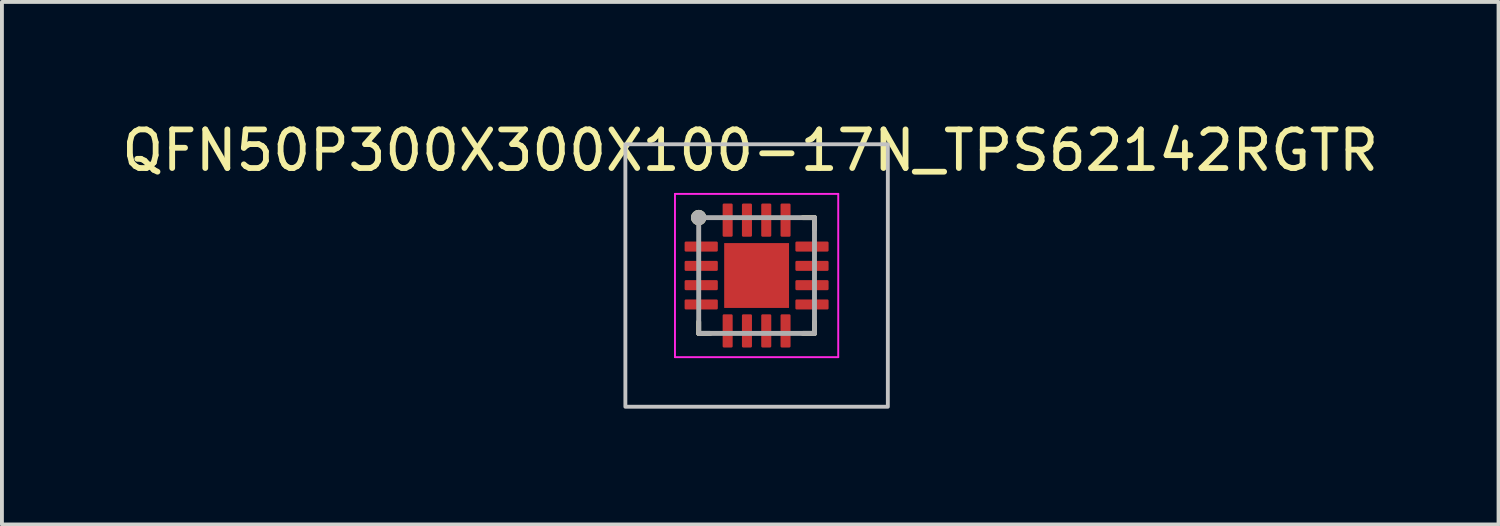
<source format=kicad_pcb>
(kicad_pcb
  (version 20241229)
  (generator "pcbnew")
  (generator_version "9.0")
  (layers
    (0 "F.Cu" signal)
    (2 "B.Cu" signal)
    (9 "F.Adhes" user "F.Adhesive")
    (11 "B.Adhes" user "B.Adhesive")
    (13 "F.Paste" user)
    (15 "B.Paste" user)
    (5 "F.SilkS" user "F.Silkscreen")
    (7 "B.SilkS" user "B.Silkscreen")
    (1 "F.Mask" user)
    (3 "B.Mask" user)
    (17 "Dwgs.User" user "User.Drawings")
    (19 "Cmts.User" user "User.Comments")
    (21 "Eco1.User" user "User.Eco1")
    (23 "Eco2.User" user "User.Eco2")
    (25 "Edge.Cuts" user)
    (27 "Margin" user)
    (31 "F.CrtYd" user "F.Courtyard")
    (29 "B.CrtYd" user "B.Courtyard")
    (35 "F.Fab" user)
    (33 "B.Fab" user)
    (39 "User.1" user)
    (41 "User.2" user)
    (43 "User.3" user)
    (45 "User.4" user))
  (footprint "QFN50P300X300X100-17N_TPS62142RGTR"
    (layer "F.Cu")
    (at 16.552 4.088)
    (property "Reference" "QFN50P300X300X100-17N_TPS62142RGTR" (at -0.165 -3.24 0) (layer "F.SilkS") (effects (font (size 1 1) (thickness 0.15))))
    (attr smd)
    (fp_line (start -1.5 1.5) (end -1.5 1.2) (stroke (width 0.127) (type solid)) (layer "F.SilkS"))
    (fp_line (start -1.5 1.5) (end -1.2 1.5) (stroke (width 0.127) (type solid)) (layer "F.SilkS"))
    (fp_line (start 1.5 -1.5) (end 1.2 -1.5) (stroke (width 0.127) (type solid)) (layer "F.SilkS"))
    (fp_line (start 1.5 -1.5) (end 1.5 -1.2) (stroke (width 0.127) (type solid)) (layer "F.SilkS"))
    (fp_line (start 1.5 1.5) (end 1.2 1.5) (stroke (width 0.127) (type solid)) (layer "F.SilkS"))
    (fp_line (start 1.5 1.5) (end 1.5 1.2) (stroke (width 0.127) (type solid)) (layer "F.SilkS"))
    (fp_circle (center -1.5 -1.5) (end -1.4 -1.5) (stroke (width 0.2) (type solid)) (fill no) (layer "F.SilkS"))
    (fp_poly (pts (xy -0.53 -0.53) (xy 0.53 -0.53) (xy 0.53 0.53) (xy -0.53 0.53)) (stroke (width 0.01) (type solid)) (fill yes) (layer "F.Paste"))
    (fp_rect (start -3.4 -3.4) (end 3.4 3.4) (stroke (width 0.1) (type default)) (fill no) (layer "Dwgs.User"))
    (fp_line (start -2.115 -2.115) (end 2.115 -2.115) (stroke (width 0.05) (type solid)) (layer "F.CrtYd"))
    (fp_line (start -2.115 2.115) (end -2.115 -2.115) (stroke (width 0.05) (type solid)) (layer "F.CrtYd"))
    (fp_line (start -2.115 2.115) (end 2.115 2.115) (stroke (width 0.05) (type solid)) (layer "F.CrtYd"))
    (fp_line (start 2.115 2.115) (end 2.115 -2.115) (stroke (width 0.05) (type solid)) (layer "F.CrtYd"))
    (fp_line (start -1.5 1.5) (end -1.5 -1.5) (stroke (width 0.127) (type solid)) (layer "F.Fab"))
    (fp_line (start 1.5 -1.5) (end -1.5 -1.5) (stroke (width 0.127) (type solid)) (layer "F.Fab"))
    (fp_line (start 1.5 1.5) (end -1.5 1.5) (stroke (width 0.127) (type solid)) (layer "F.Fab"))
    (fp_line (start 1.5 1.5) (end 1.5 -1.5) (stroke (width 0.127) (type solid)) (layer "F.Fab"))
    (fp_circle (center -1.5 -1.5) (end -1.4 -1.5) (stroke (width 0.2) (type solid)) (fill no) (layer "F.Fab"))
    (pad "1" smd roundrect (at -1.435 -0.75) (size 0.86 0.26) (layers "F.Cu" "F.Mask" "F.Paste") (roundrect_rratio 0.125))
    (pad "2" smd roundrect (at -1.435 -0.25) (size 0.86 0.26) (layers "F.Cu" "F.Mask" "F.Paste") (roundrect_rratio 0.125))
    (pad "3" smd roundrect (at -1.435 0.25) (size 0.86 0.26) (layers "F.Cu" "F.Mask" "F.Paste") (roundrect_rratio 0.125))
    (pad "4" smd roundrect (at -1.435 0.75) (size 0.86 0.26) (layers "F.Cu" "F.Mask" "F.Paste") (roundrect_rratio 0.125))
    (pad "5" smd roundrect (at -0.75 1.435) (size 0.26 0.86) (layers "F.Cu" "F.Mask" "F.Paste") (roundrect_rratio 0.125))
    (pad "6" smd roundrect (at -0.25 1.435) (size 0.26 0.86) (layers "F.Cu" "F.Mask" "F.Paste") (roundrect_rratio 0.125))
    (pad "7" smd roundrect (at 0.25 1.435) (size 0.26 0.86) (layers "F.Cu" "F.Mask" "F.Paste") (roundrect_rratio 0.125))
    (pad "8" smd roundrect (at 0.75 1.435) (size 0.26 0.86) (layers "F.Cu" "F.Mask" "F.Paste") (roundrect_rratio 0.125))
    (pad "9" smd roundrect (at 1.435 0.75) (size 0.86 0.26) (layers "F.Cu" "F.Mask" "F.Paste") (roundrect_rratio 0.125))
    (pad "10" smd roundrect (at 1.435 0.25) (size 0.86 0.26) (layers "F.Cu" "F.Mask" "F.Paste") (roundrect_rratio 0.125))
    (pad "11" smd roundrect (at 1.435 -0.25) (size 0.86 0.26) (layers "F.Cu" "F.Mask" "F.Paste") (roundrect_rratio 0.125))
    (pad "12" smd roundrect (at 1.435 -0.75) (size 0.86 0.26) (layers "F.Cu" "F.Mask" "F.Paste") (roundrect_rratio 0.125))
    (pad "13" smd roundrect (at 0.75 -1.435) (size 0.26 0.86) (layers "F.Cu" "F.Mask" "F.Paste") (roundrect_rratio 0.125))
    (pad "14" smd roundrect (at 0.25 -1.435) (size 0.26 0.86) (layers "F.Cu" "F.Mask" "F.Paste") (roundrect_rratio 0.125))
    (pad "15" smd roundrect (at -0.25 -1.435) (size 0.26 0.86) (layers "F.Cu" "F.Mask" "F.Paste") (roundrect_rratio 0.125))
    (pad "16" smd roundrect (at -0.75 -1.435) (size 0.26 0.86) (layers "F.Cu" "F.Mask" "F.Paste") (roundrect_rratio 0.125))
    (pad "17" smd rect (at 0 0) (size 1.68 1.68) (layers "F.Cu" "F.Mask")))
  (gr_rect
    (start -3 -3)
    (end 35.774 10.538)
    (stroke (width 0.1) (type default))
    (fill no)
    (layer "Edge.Cuts")))
</source>
